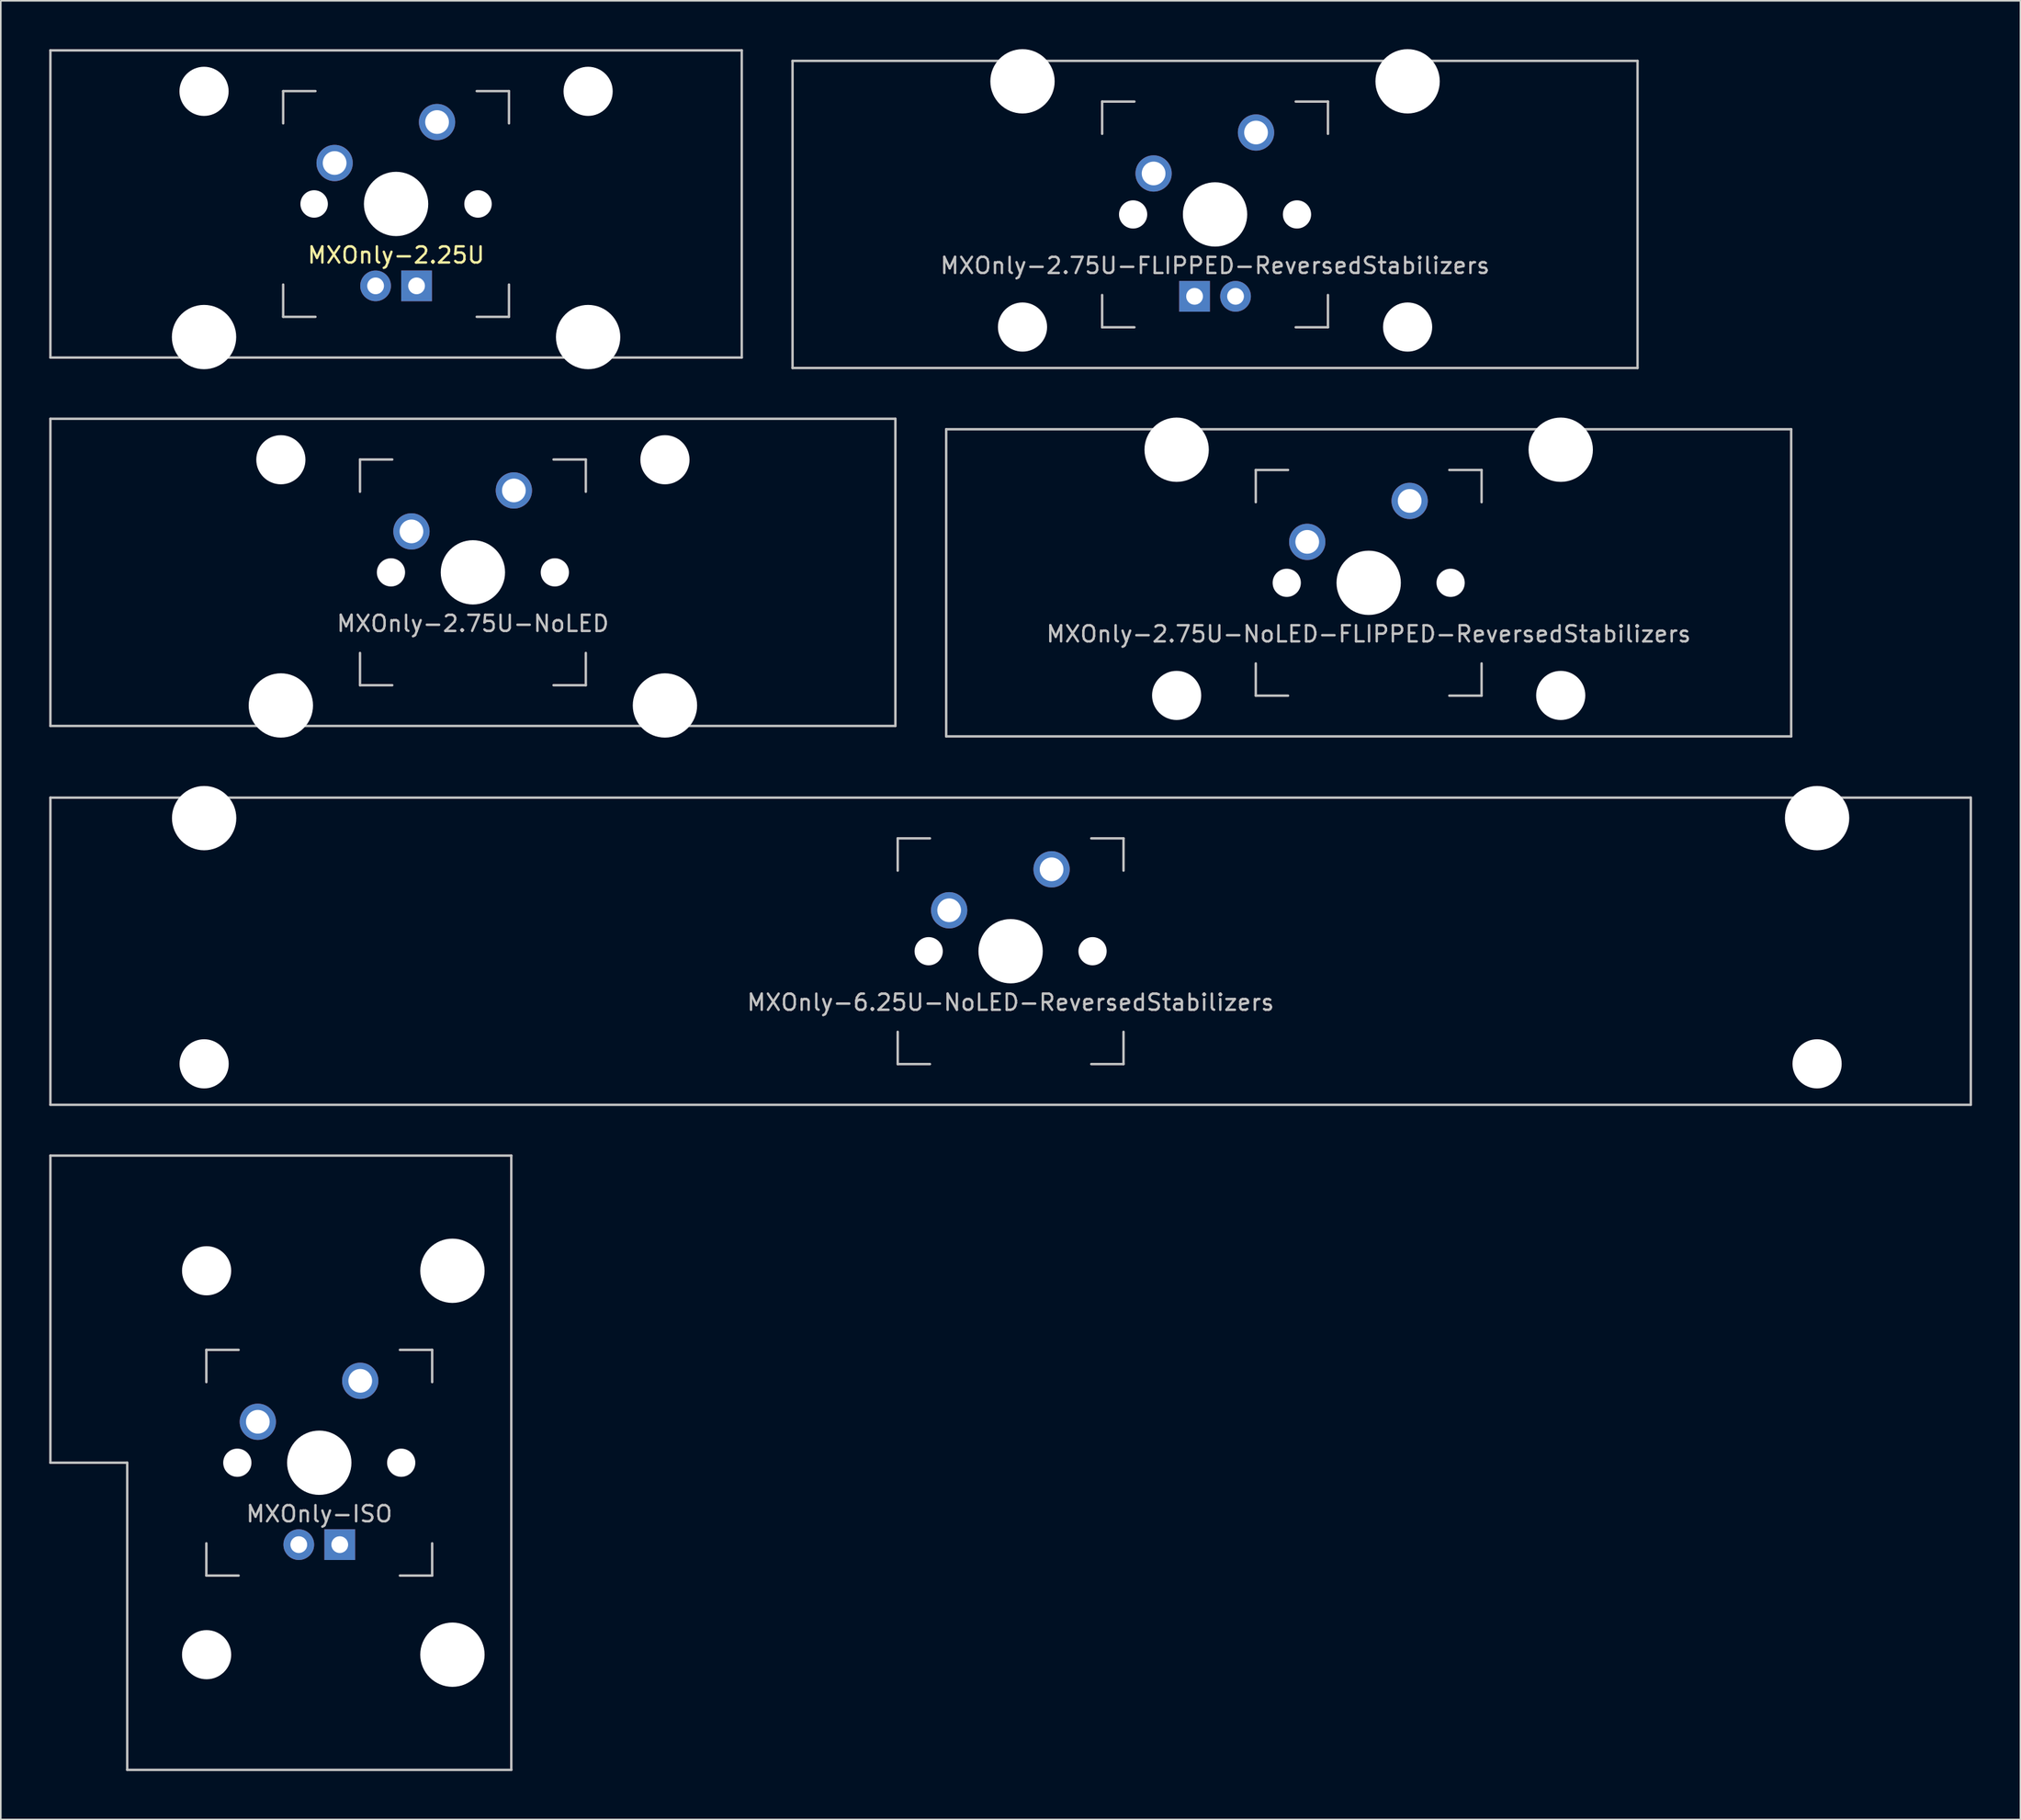
<source format=kicad_pcb>
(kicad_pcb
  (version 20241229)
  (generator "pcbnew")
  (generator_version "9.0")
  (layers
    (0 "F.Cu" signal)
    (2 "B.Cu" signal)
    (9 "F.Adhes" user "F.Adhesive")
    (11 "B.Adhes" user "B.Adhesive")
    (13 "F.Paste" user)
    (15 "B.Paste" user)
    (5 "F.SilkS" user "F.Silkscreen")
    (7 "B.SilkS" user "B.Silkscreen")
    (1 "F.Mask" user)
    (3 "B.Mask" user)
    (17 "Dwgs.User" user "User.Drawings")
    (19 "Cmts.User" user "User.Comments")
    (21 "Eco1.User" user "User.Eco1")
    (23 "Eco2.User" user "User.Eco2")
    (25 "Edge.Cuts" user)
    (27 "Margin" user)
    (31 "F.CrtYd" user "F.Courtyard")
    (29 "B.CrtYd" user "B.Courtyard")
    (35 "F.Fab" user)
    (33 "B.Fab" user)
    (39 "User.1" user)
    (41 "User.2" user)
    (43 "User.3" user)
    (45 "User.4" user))
  (footprint "MXOnly-2.75U-NoLED"
    (layer "F.Cu")
    (at 26.269 32.449)
    (property "Reference" "MXOnly-2.75U-NoLED" (at 0 3.175 0) (layer "Dwgs.User") (effects (font (size 1 1) (thickness 0.15))))
    (attr through_hole)
    (fp_line (start -26.194 -9.525) (end 26.194 -9.525) (stroke (width 0.15) (type solid)) (layer "Dwgs.User"))
    (fp_line (start -26.194 9.525) (end -26.194 -9.525) (stroke (width 0.15) (type solid)) (layer "Dwgs.User"))
    (fp_line (start -26.194 9.525) (end 26.194 9.525) (stroke (width 0.15) (type solid)) (layer "Dwgs.User"))
    (fp_line (start -7 -7) (end -7 -5) (stroke (width 0.15) (type solid)) (layer "Dwgs.User"))
    (fp_line (start -7 5) (end -7 7) (stroke (width 0.15) (type solid)) (layer "Dwgs.User"))
    (fp_line (start -7 7) (end -5 7) (stroke (width 0.15) (type solid)) (layer "Dwgs.User"))
    (fp_line (start -5 -7) (end -7 -7) (stroke (width 0.15) (type solid)) (layer "Dwgs.User"))
    (fp_line (start 5 -7) (end 7 -7) (stroke (width 0.15) (type solid)) (layer "Dwgs.User"))
    (fp_line (start 5 7) (end 7 7) (stroke (width 0.15) (type solid)) (layer "Dwgs.User"))
    (fp_line (start 7 -7) (end 7 -5) (stroke (width 0.15) (type solid)) (layer "Dwgs.User"))
    (fp_line (start 7 7) (end 7 5) (stroke (width 0.15) (type solid)) (layer "Dwgs.User"))
    (fp_line (start 26.194 -9.525) (end 26.194 9.525) (stroke (width 0.15) (type solid)) (layer "Dwgs.User"))
    (pad "" np_thru_hole circle (at -11.906 -6.985) (size 3.048 3.048) (drill 3.048) (layers "*.Cu" "*.Mask"))
    (pad "" np_thru_hole circle (at -11.906 8.255) (size 3.988 3.988) (drill 3.988) (layers "*.Cu" "*.Mask"))
    (pad "" np_thru_hole circle (at -5.08 0 48.1) (size 1.75 1.75) (drill 1.75) (layers "*.Cu" "*.Mask"))
    (pad "" np_thru_hole circle (at 0 0) (size 3.988 3.988) (drill 3.988) (layers "*.Cu" "*.Mask"))
    (pad "" np_thru_hole circle (at 5.08 0 48.1) (size 1.75 1.75) (drill 1.75) (layers "*.Cu" "*.Mask"))
    (pad "" np_thru_hole circle (at 11.906 -6.985) (size 3.048 3.048) (drill 3.048) (layers "*.Cu" "*.Mask"))
    (pad "" np_thru_hole circle (at 11.906 8.255) (size 3.988 3.988) (drill 3.988) (layers "*.Cu" "*.Mask"))
    (pad "1" thru_hole circle (at -3.81 -2.54) (size 2.25 2.25) (drill 1.47) (layers "*.Cu" "B.Mask"))
    (pad "2" thru_hole circle (at 2.54 -5.08) (size 2.25 2.25) (drill 1.47) (layers "*.Cu" "B.Mask")))
  (footprint "MXOnly-2.75U-FLIPPED-ReversedStabilizers"
    (layer "F.Cu")
    (at 72.281 10.249)
    (property "Reference" "MXOnly-2.75U-FLIPPED-ReversedStabilizers" (at 0 3.175 0) (layer "Dwgs.User") (effects (font (size 1 1) (thickness 0.15))))
    (attr through_hole)
    (fp_line (start -26.194 -9.525) (end 26.194 -9.525) (stroke (width 0.15) (type solid)) (layer "Dwgs.User"))
    (fp_line (start -26.194 9.525) (end -26.194 -9.525) (stroke (width 0.15) (type solid)) (layer "Dwgs.User"))
    (fp_line (start -26.194 9.525) (end 26.194 9.525) (stroke (width 0.15) (type solid)) (layer "Dwgs.User"))
    (fp_line (start -7 -7) (end -7 -5) (stroke (width 0.15) (type solid)) (layer "Dwgs.User"))
    (fp_line (start -7 5) (end -7 7) (stroke (width 0.15) (type solid)) (layer "Dwgs.User"))
    (fp_line (start -7 7) (end -5 7) (stroke (width 0.15) (type solid)) (layer "Dwgs.User"))
    (fp_line (start -5 -7) (end -7 -7) (stroke (width 0.15) (type solid)) (layer "Dwgs.User"))
    (fp_line (start 5 -7) (end 7 -7) (stroke (width 0.15) (type solid)) (layer "Dwgs.User"))
    (fp_line (start 5 7) (end 7 7) (stroke (width 0.15) (type solid)) (layer "Dwgs.User"))
    (fp_line (start 7 -7) (end 7 -5) (stroke (width 0.15) (type solid)) (layer "Dwgs.User"))
    (fp_line (start 7 7) (end 7 5) (stroke (width 0.15) (type solid)) (layer "Dwgs.User"))
    (fp_line (start 26.194 -9.525) (end 26.194 9.525) (stroke (width 0.15) (type solid)) (layer "Dwgs.User"))
    (pad "" np_thru_hole circle (at -11.938 -8.255) (size 3.988 3.988) (drill 3.988) (layers "*.Cu" "*.Mask"))
    (pad "" np_thru_hole circle (at -11.938 6.985) (size 3.048 3.048) (drill 3.048) (layers "*.Cu" "*.Mask"))
    (pad "" np_thru_hole circle (at -5.08 0 48.1) (size 1.75 1.75) (drill 1.75) (layers "*.Cu" "*.Mask"))
    (pad "" np_thru_hole circle (at 0 0) (size 3.988 3.988) (drill 3.988) (layers "*.Cu" "*.Mask"))
    (pad "" np_thru_hole circle (at 5.08 0 48.1) (size 1.75 1.75) (drill 1.75) (layers "*.Cu" "*.Mask"))
    (pad "" np_thru_hole circle (at 11.938 -8.255) (size 3.988 3.988) (drill 3.988) (layers "*.Cu" "*.Mask"))
    (pad "" np_thru_hole circle (at 11.938 6.985) (size 3.048 3.048) (drill 3.048) (layers "*.Cu" "*.Mask"))
    (pad "1" thru_hole circle (at -3.81 -2.54) (size 2.25 2.25) (drill 1.47) (layers "*.Cu" "B.Mask"))
    (pad "2" thru_hole circle (at 2.54 -5.08) (size 2.25 2.25) (drill 1.47) (layers "*.Cu" "B.Mask"))
    (pad "3" thru_hole circle (at 1.27 5.08) (size 1.905 1.905) (drill 1.04) (layers "*.Cu" "B.Mask"))
    (pad "4" thru_hole rect (at -1.27 5.08) (size 1.905 1.905) (drill 1.04) (layers "*.Cu" "B.Mask")))
  (footprint "MXOnly-ISO"
    (layer "F.Cu")
    (at 16.744 87.672)
    (property "Reference" "MXOnly-ISO" (at 0 3.175 0) (layer "Dwgs.User") (effects (font (size 1 1) (thickness 0.15))))
    (attr through_hole)
    (fp_line (start -16.669 -19.05) (end -16.669 0) (stroke (width 0.15) (type solid)) (layer "Dwgs.User"))
    (fp_line (start -16.669 -19.05) (end 11.906 -19.05) (stroke (width 0.15) (type solid)) (layer "Dwgs.User"))
    (fp_line (start -11.906 0) (end -16.669 0) (stroke (width 0.15) (type solid)) (layer "Dwgs.User"))
    (fp_line (start -11.906 19.05) (end -11.906 0) (stroke (width 0.15) (type solid)) (layer "Dwgs.User"))
    (fp_line (start -11.906 19.05) (end 11.906 19.05) (stroke (width 0.15) (type solid)) (layer "Dwgs.User"))
    (fp_line (start -7 -7) (end -7 -5) (stroke (width 0.15) (type solid)) (layer "Dwgs.User"))
    (fp_line (start -7 5) (end -7 7) (stroke (width 0.15) (type solid)) (layer "Dwgs.User"))
    (fp_line (start -7 7) (end -5 7) (stroke (width 0.15) (type solid)) (layer "Dwgs.User"))
    (fp_line (start -5 -7) (end -7 -7) (stroke (width 0.15) (type solid)) (layer "Dwgs.User"))
    (fp_line (start 5 -7) (end 7 -7) (stroke (width 0.15) (type solid)) (layer "Dwgs.User"))
    (fp_line (start 5 7) (end 7 7) (stroke (width 0.15) (type solid)) (layer "Dwgs.User"))
    (fp_line (start 7 -7) (end 7 -5) (stroke (width 0.15) (type solid)) (layer "Dwgs.User"))
    (fp_line (start 7 7) (end 7 5) (stroke (width 0.15) (type solid)) (layer "Dwgs.User"))
    (fp_line (start 11.906 -19.05) (end 11.906 19.05) (stroke (width 0.15) (type solid)) (layer "Dwgs.User"))
    (pad "" np_thru_hole circle (at -6.985 -11.906) (size 3.048 3.048) (drill 3.048) (layers "*.Cu" "*.Mask"))
    (pad "" np_thru_hole circle (at -6.985 11.906) (size 3.048 3.048) (drill 3.048) (layers "*.Cu" "*.Mask"))
    (pad "" np_thru_hole circle (at -5.08 0 48.1) (size 1.75 1.75) (drill 1.75) (layers "*.Cu" "*.Mask"))
    (pad "" np_thru_hole circle (at 0 0) (size 3.988 3.988) (drill 3.988) (layers "*.Cu" "*.Mask"))
    (pad "" np_thru_hole circle (at 5.08 0 48.1) (size 1.75 1.75) (drill 1.75) (layers "*.Cu" "*.Mask"))
    (pad "" np_thru_hole circle (at 8.255 -11.906) (size 3.988 3.988) (drill 3.988) (layers "*.Cu" "*.Mask"))
    (pad "" np_thru_hole circle (at 8.255 11.906) (size 3.988 3.988) (drill 3.988) (layers "*.Cu" "*.Mask"))
    (pad "1" thru_hole circle (at -3.81 -2.54) (size 2.25 2.25) (drill 1.47) (layers "*.Cu" "B.Mask"))
    (pad "2" thru_hole circle (at 2.54 -5.08) (size 2.25 2.25) (drill 1.47) (layers "*.Cu" "B.Mask"))
    (pad "3" thru_hole circle (at -1.27 5.08) (size 1.905 1.905) (drill 1.04) (layers "*.Cu" "B.Mask"))
    (pad "4" thru_hole rect (at 1.27 5.08) (size 1.905 1.905) (drill 1.04) (layers "*.Cu" "B.Mask")))
  (footprint "MXOnly-2.75U-NoLED-FLIPPED-ReversedStabilizers"
    (layer "F.Cu")
    (at 81.806 33.098)
    (property "Reference" "MXOnly-2.75U-NoLED-FLIPPED-ReversedStabilizers" (at 0 3.175 0) (layer "Dwgs.User") (effects (font (size 1 1) (thickness 0.15))))
    (attr through_hole)
    (fp_line (start -26.194 -9.525) (end 26.194 -9.525) (stroke (width 0.15) (type solid)) (layer "Dwgs.User"))
    (fp_line (start -26.194 9.525) (end -26.194 -9.525) (stroke (width 0.15) (type solid)) (layer "Dwgs.User"))
    (fp_line (start -26.194 9.525) (end 26.194 9.525) (stroke (width 0.15) (type solid)) (layer "Dwgs.User"))
    (fp_line (start -7 -7) (end -7 -5) (stroke (width 0.15) (type solid)) (layer "Dwgs.User"))
    (fp_line (start -7 5) (end -7 7) (stroke (width 0.15) (type solid)) (layer "Dwgs.User"))
    (fp_line (start -7 7) (end -5 7) (stroke (width 0.15) (type solid)) (layer "Dwgs.User"))
    (fp_line (start -5 -7) (end -7 -7) (stroke (width 0.15) (type solid)) (layer "Dwgs.User"))
    (fp_line (start 5 -7) (end 7 -7) (stroke (width 0.15) (type solid)) (layer "Dwgs.User"))
    (fp_line (start 5 7) (end 7 7) (stroke (width 0.15) (type solid)) (layer "Dwgs.User"))
    (fp_line (start 7 -7) (end 7 -5) (stroke (width 0.15) (type solid)) (layer "Dwgs.User"))
    (fp_line (start 7 7) (end 7 5) (stroke (width 0.15) (type solid)) (layer "Dwgs.User"))
    (fp_line (start 26.194 -9.525) (end 26.194 9.525) (stroke (width 0.15) (type solid)) (layer "Dwgs.User"))
    (pad "" np_thru_hole circle (at -11.906 -8.255) (size 3.988 3.988) (drill 3.988) (layers "*.Cu" "*.Mask"))
    (pad "" np_thru_hole circle (at -11.906 6.985) (size 3.048 3.048) (drill 3.048) (layers "*.Cu" "*.Mask"))
    (pad "" np_thru_hole circle (at -5.08 0 48.1) (size 1.75 1.75) (drill 1.75) (layers "*.Cu" "*.Mask"))
    (pad "" np_thru_hole circle (at 0 0) (size 3.988 3.988) (drill 3.988) (layers "*.Cu" "*.Mask"))
    (pad "" np_thru_hole circle (at 5.08 0 48.1) (size 1.75 1.75) (drill 1.75) (layers "*.Cu" "*.Mask"))
    (pad "" np_thru_hole circle (at 11.906 -8.255) (size 3.988 3.988) (drill 3.988) (layers "*.Cu" "*.Mask"))
    (pad "" np_thru_hole circle (at 11.906 6.985) (size 3.048 3.048) (drill 3.048) (layers "*.Cu" "*.Mask"))
    (pad "1" thru_hole circle (at -3.81 -2.54) (size 2.25 2.25) (drill 1.47) (layers "*.Cu" "B.Mask"))
    (pad "2" thru_hole circle (at 2.54 -5.08) (size 2.25 2.25) (drill 1.47) (layers "*.Cu" "B.Mask")))
  (footprint "MXOnly-6.25U-NoLED-ReversedStabilizers"
    (layer "F.Cu")
    (at 59.606 55.947)
    (property "Reference" "MXOnly-6.25U-NoLED-ReversedStabilizers" (at 0 3.175 0) (layer "Dwgs.User") (effects (font (size 1 1) (thickness 0.15))))
    (attr through_hole)
    (fp_line (start -59.531 -9.525) (end 59.531 -9.525) (stroke (width 0.15) (type solid)) (layer "Dwgs.User"))
    (fp_line (start -59.531 9.525) (end -59.531 -9.525) (stroke (width 0.15) (type solid)) (layer "Dwgs.User"))
    (fp_line (start -59.531 9.525) (end 59.531 9.525) (stroke (width 0.15) (type solid)) (layer "Dwgs.User"))
    (fp_line (start -7 -7) (end -7 -5) (stroke (width 0.15) (type solid)) (layer "Dwgs.User"))
    (fp_line (start -7 5) (end -7 7) (stroke (width 0.15) (type solid)) (layer "Dwgs.User"))
    (fp_line (start -7 7) (end -5 7) (stroke (width 0.15) (type solid)) (layer "Dwgs.User"))
    (fp_line (start -5 -7) (end -7 -7) (stroke (width 0.15) (type solid)) (layer "Dwgs.User"))
    (fp_line (start 5 -7) (end 7 -7) (stroke (width 0.15) (type solid)) (layer "Dwgs.User"))
    (fp_line (start 5 7) (end 7 7) (stroke (width 0.15) (type solid)) (layer "Dwgs.User"))
    (fp_line (start 7 -7) (end 7 -5) (stroke (width 0.15) (type solid)) (layer "Dwgs.User"))
    (fp_line (start 7 7) (end 7 5) (stroke (width 0.15) (type solid)) (layer "Dwgs.User"))
    (fp_line (start 59.531 -9.525) (end 59.531 9.525) (stroke (width 0.15) (type solid)) (layer "Dwgs.User"))
    (pad "" np_thru_hole circle (at -50 -8.255) (size 3.988 3.988) (drill 3.988) (layers "*.Cu" "*.Mask"))
    (pad "" np_thru_hole circle (at -50 6.985) (size 3.048 3.048) (drill 3.048) (layers "*.Cu" "*.Mask"))
    (pad "" np_thru_hole circle (at -5.08 0 48.1) (size 1.75 1.75) (drill 1.75) (layers "*.Cu" "*.Mask"))
    (pad "" np_thru_hole circle (at 0 0) (size 3.988 3.988) (drill 3.988) (layers "*.Cu" "*.Mask"))
    (pad "" np_thru_hole circle (at 5.08 0 48.1) (size 1.75 1.75) (drill 1.75) (layers "*.Cu" "*.Mask"))
    (pad "" np_thru_hole circle (at 50 -8.255) (size 3.988 3.988) (drill 3.988) (layers "*.Cu" "*.Mask"))
    (pad "" np_thru_hole circle (at 50 6.985) (size 3.048 3.048) (drill 3.048) (layers "*.Cu" "*.Mask"))
    (pad "1" thru_hole circle (at -3.81 -2.54) (size 2.25 2.25) (drill 1.47) (layers "*.Cu" "B.Mask"))
    (pad "2" thru_hole circle (at 2.54 -5.08) (size 2.25 2.25) (drill 1.47) (layers "*.Cu" "B.Mask")))
  (footprint "MXOnly-2.25U"
    (layer "F.Cu")
    (at 21.506 9.6)
    (property "Reference" "MXOnly-2.25U" (at 0 3.175 0) (layer "F.SilkS") (effects (font (size 1 1) (thickness 0.15))))
    (attr through_hole)
    (fp_line (start -21.431 -9.525) (end 21.431 -9.525) (stroke (width 0.15) (type solid)) (layer "Dwgs.User"))
    (fp_line (start -21.431 9.525) (end -21.431 -9.525) (stroke (width 0.15) (type solid)) (layer "Dwgs.User"))
    (fp_line (start -21.431 9.525) (end 21.431 9.525) (stroke (width 0.15) (type solid)) (layer "Dwgs.User"))
    (fp_line (start -7 -7) (end -7 -5) (stroke (width 0.15) (type solid)) (layer "Dwgs.User"))
    (fp_line (start -7 5) (end -7 7) (stroke (width 0.15) (type solid)) (layer "Dwgs.User"))
    (fp_line (start -7 7) (end -5 7) (stroke (width 0.15) (type solid)) (layer "Dwgs.User"))
    (fp_line (start -5 -7) (end -7 -7) (stroke (width 0.15) (type solid)) (layer "Dwgs.User"))
    (fp_line (start 5 -7) (end 7 -7) (stroke (width 0.15) (type solid)) (layer "Dwgs.User"))
    (fp_line (start 5 7) (end 7 7) (stroke (width 0.15) (type solid)) (layer "Dwgs.User"))
    (fp_line (start 7 -7) (end 7 -5) (stroke (width 0.15) (type solid)) (layer "Dwgs.User"))
    (fp_line (start 7 7) (end 7 5) (stroke (width 0.15) (type solid)) (layer "Dwgs.User"))
    (fp_line (start 21.431 -9.525) (end 21.431 9.525) (stroke (width 0.15) (type solid)) (layer "Dwgs.User"))
    (pad "" np_thru_hole circle (at -11.906 -6.985) (size 3.048 3.048) (drill 3.048) (layers "*.Cu" "*.Mask"))
    (pad "" np_thru_hole circle (at -11.906 8.255) (size 3.988 3.988) (drill 3.988) (layers "*.Cu" "*.Mask"))
    (pad "" np_thru_hole circle (at -5.08 0 48.1) (size 1.702 1.702) (drill 1.702) (layers "*.Cu" "*.Mask"))
    (pad "" np_thru_hole circle (at 0 0) (size 3.988 3.988) (drill 3.988) (layers "*.Cu" "*.Mask"))
    (pad "" np_thru_hole circle (at 5.08 0 48.1) (size 1.702 1.702) (drill 1.702) (layers "*.Cu" "*.Mask"))
    (pad "" np_thru_hole circle (at 11.906 -6.985) (size 3.048 3.048) (drill 3.048) (layers "*.Cu" "*.Mask"))
    (pad "" np_thru_hole circle (at 11.906 8.255) (size 3.988 3.988) (drill 3.988) (layers "*.Cu" "*.Mask"))
    (pad "1" thru_hole circle (at -3.81 -2.54) (size 2.25 2.25) (drill 1.47) (layers "*.Cu" "*.Mask"))
    (pad "2" thru_hole circle (at 2.54 -5.08) (size 2.25 2.25) (drill 1.47) (layers "*.Cu" "*.Mask"))
    (pad "3" thru_hole circle (at -1.27 5.08) (size 1.905 1.905) (drill 1.04) (layers "*.Cu" "*.Mask"))
    (pad "4" thru_hole rect (at 1.27 5.08) (size 1.905 1.905) (drill 1.04) (layers "*.Cu" "*.Mask")))
  (gr_rect
    (start -3 -3)
    (end 122.213 109.797)
    (stroke (width 0.1) (type default))
    (fill no)
    (layer "Edge.Cuts")))
</source>
